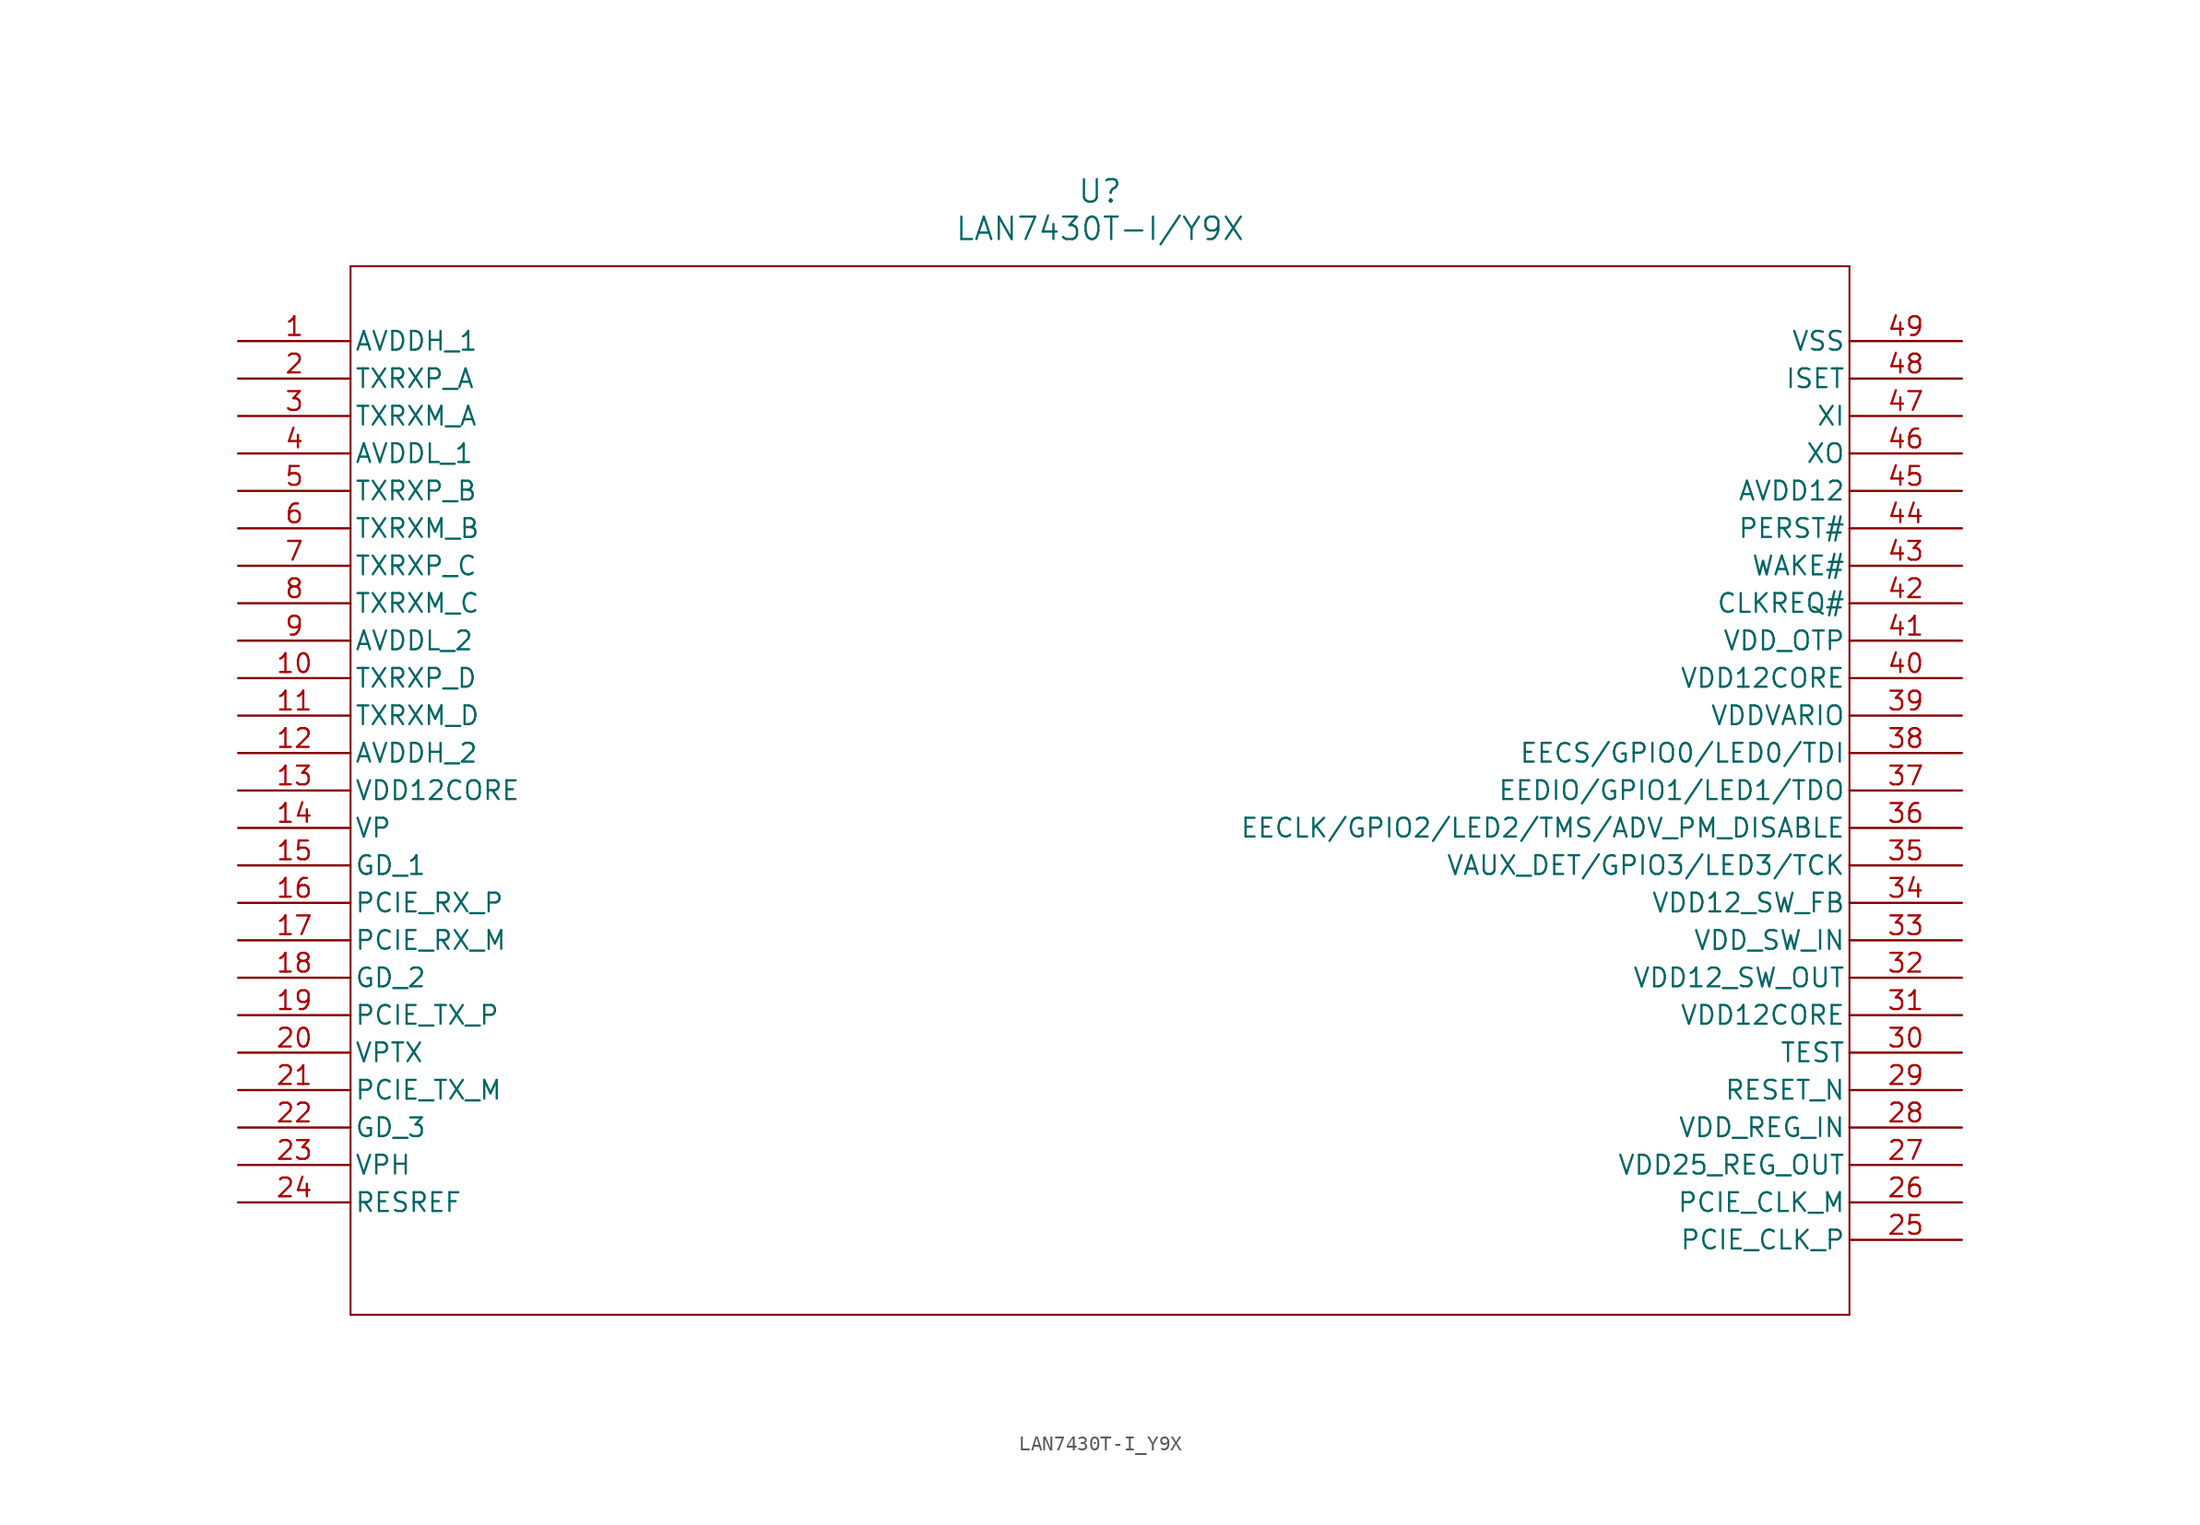
<source format=kicad_sym>
(kicad_symbol_lib
  (version 20211014)
  (generator kicad_symbol_editor)
  (symbol "LAN7430T-I_Y9X"
    (pin_names
      (offset 0.254))
    (property "Reference" "U"
      (at 58.42 10.16 0)
      (effects (font (size 1.524 1.524))))
    (property "Value" "LAN7430T-I/Y9X"
      (at 58.42 7.62 0)
      (effects (font (size 1.524 1.524))))
    (symbol "LAN7430T-I_Y9X_0_1"
      (polyline (pts (xy 7.62 5.08) (xy 7.62 -66.04)) (stroke (width 0.127) (type default) (color 0 0 0 0)) (fill (type none)))
      (polyline (pts (xy 7.62 -66.04) (xy 109.22 -66.04)) (stroke (width 0.127) (type default) (color 0 0 0 0)) (fill (type none)))
      (polyline (pts (xy 109.22 -66.04) (xy 109.22 5.08)) (stroke (width 0.127) (type default) (color 0 0 0 0)) (fill (type none)))
      (polyline (pts (xy 109.22 5.08) (xy 7.62 5.08)) (stroke (width 0.127) (type default) (color 0 0 0 0)) (fill (type none)))
      (pin power_in line (at 0 0 0) (length 7.62) (name "AVDDH_1" (effects (font (size 1.27 1.27)))) (number "1" (effects (font (size 1.27 1.27)))))
      (pin unspecified line (at 0 -2.54 0) (length 7.62) (name "TXRXP_A" (effects (font (size 1.27 1.27)))) (number "2" (effects (font (size 1.27 1.27)))))
      (pin unspecified line (at 0 -5.08 0) (length 7.62) (name "TXRXM_A" (effects (font (size 1.27 1.27)))) (number "3" (effects (font (size 1.27 1.27)))))
      (pin power_in line (at 0 -7.62 0) (length 7.62) (name "AVDDL_1" (effects (font (size 1.27 1.27)))) (number "4" (effects (font (size 1.27 1.27)))))
      (pin unspecified line (at 0 -10.16 0) (length 7.62) (name "TXRXP_B" (effects (font (size 1.27 1.27)))) (number "5" (effects (font (size 1.27 1.27)))))
      (pin unspecified line (at 0 -12.7 0) (length 7.62) (name "TXRXM_B" (effects (font (size 1.27 1.27)))) (number "6" (effects (font (size 1.27 1.27)))))
      (pin unspecified line (at 0 -15.24 0) (length 7.62) (name "TXRXP_C" (effects (font (size 1.27 1.27)))) (number "7" (effects (font (size 1.27 1.27)))))
      (pin unspecified line (at 0 -17.78 0) (length 7.62) (name "TXRXM_C" (effects (font (size 1.27 1.27)))) (number "8" (effects (font (size 1.27 1.27)))))
      (pin power_in line (at 0 -20.32 0) (length 7.62) (name "AVDDL_2" (effects (font (size 1.27 1.27)))) (number "9" (effects (font (size 1.27 1.27)))))
      (pin unspecified line (at 0 -22.86 0) (length 7.62) (name "TXRXP_D" (effects (font (size 1.27 1.27)))) (number "10" (effects (font (size 1.27 1.27)))))
      (pin unspecified line (at 0 -25.4 0) (length 7.62) (name "TXRXM_D" (effects (font (size 1.27 1.27)))) (number "11" (effects (font (size 1.27 1.27)))))
      (pin power_in line (at 0 -27.94 0) (length 7.62) (name "AVDDH_2" (effects (font (size 1.27 1.27)))) (number "12" (effects (font (size 1.27 1.27)))))
      (pin power_in line (at 0 -30.48 0) (length 7.62) (name "VDD12CORE" (effects (font (size 1.27 1.27)))) (number "13" (effects (font (size 1.27 1.27)))))
      (pin power_in line (at 0 -33.02 0) (length 7.62) (name "VP" (effects (font (size 1.27 1.27)))) (number "14" (effects (font (size 1.27 1.27)))))
      (pin bidirectional line (at 0 -35.56 0) (length 7.62) (name "GD_1" (effects (font (size 1.27 1.27)))) (number "15" (effects (font (size 1.27 1.27)))))
      (pin unspecified line (at 0 -38.1 0) (length 7.62) (name "PCIE_RX_P" (effects (font (size 1.27 1.27)))) (number "16" (effects (font (size 1.27 1.27)))))
      (pin unspecified line (at 0 -40.64 0) (length 7.62) (name "PCIE_RX_M" (effects (font (size 1.27 1.27)))) (number "17" (effects (font (size 1.27 1.27)))))
      (pin bidirectional line (at 0 -43.18 0) (length 7.62) (name "GD_2" (effects (font (size 1.27 1.27)))) (number "18" (effects (font (size 1.27 1.27)))))
      (pin unspecified line (at 0 -45.72 0) (length 7.62) (name "PCIE_TX_P" (effects (font (size 1.27 1.27)))) (number "19" (effects (font (size 1.27 1.27)))))
      (pin power_in line (at 0 -48.26 0) (length 7.62) (name "VPTX" (effects (font (size 1.27 1.27)))) (number "20" (effects (font (size 1.27 1.27)))))
      (pin unspecified line (at 0 -50.8 0) (length 7.62) (name "PCIE_TX_M" (effects (font (size 1.27 1.27)))) (number "21" (effects (font (size 1.27 1.27)))))
      (pin bidirectional line (at 0 -53.34 0) (length 7.62) (name "GD_3" (effects (font (size 1.27 1.27)))) (number "22" (effects (font (size 1.27 1.27)))))
      (pin power_in line (at 0 -55.88 0) (length 7.62) (name "VPH" (effects (font (size 1.27 1.27)))) (number "23" (effects (font (size 1.27 1.27)))))
      (pin unspecified line (at 0 -58.42 0) (length 7.62) (name "RESREF" (effects (font (size 1.27 1.27)))) (number "24" (effects (font (size 1.27 1.27)))))
      (pin unspecified line (at 116.84 -60.96 180) (length 7.62) (name "PCIE_CLK_P" (effects (font (size 1.27 1.27)))) (number "25" (effects (font (size 1.27 1.27)))))
      (pin unspecified line (at 116.84 -58.42 180) (length 7.62) (name "PCIE_CLK_M" (effects (font (size 1.27 1.27)))) (number "26" (effects (font (size 1.27 1.27)))))
      (pin output line (at 116.84 -55.88 180) (length 7.62) (name "VDD25_REG_OUT" (effects (font (size 1.27 1.27)))) (number "27" (effects (font (size 1.27 1.27)))))
      (pin power_in line (at 116.84 -53.34 180) (length 7.62) (name "VDD_REG_IN" (effects (font (size 1.27 1.27)))) (number "28" (effects (font (size 1.27 1.27)))))
      (pin input line (at 116.84 -50.8 180) (length 7.62) (name "RESET_N" (effects (font (size 1.27 1.27)))) (number "29" (effects (font (size 1.27 1.27)))))
      (pin input line (at 116.84 -48.26 180) (length 7.62) (name "TEST" (effects (font (size 1.27 1.27)))) (number "30" (effects (font (size 1.27 1.27)))))
      (pin power_in line (at 116.84 -45.72 180) (length 7.62) (name "VDD12CORE" (effects (font (size 1.27 1.27)))) (number "31" (effects (font (size 1.27 1.27)))))
      (pin output line (at 116.84 -43.18 180) (length 7.62) (name "VDD12_SW_OUT" (effects (font (size 1.27 1.27)))) (number "32" (effects (font (size 1.27 1.27)))))
      (pin power_in line (at 116.84 -40.64 180) (length 7.62) (name "VDD_SW_IN" (effects (font (size 1.27 1.27)))) (number "33" (effects (font (size 1.27 1.27)))))
      (pin power_in line (at 116.84 -38.1 180) (length 7.62) (name "VDD12_SW_FB" (effects (font (size 1.27 1.27)))) (number "34" (effects (font (size 1.27 1.27)))))
      (pin bidirectional line (at 116.84 -35.56 180) (length 7.62) (name "VAUX_DET/GPIO3/LED3/TCK" (effects (font (size 1.27 1.27)))) (number "35" (effects (font (size 1.27 1.27)))))
      (pin bidirectional line (at 116.84 -33.02 180) (length 7.62) (name "EECLK/GPIO2/LED2/TMS/ADV_PM_DISABLE" (effects (font (size 1.27 1.27)))) (number "36" (effects (font (size 1.27 1.27)))))
      (pin bidirectional line (at 116.84 -30.48 180) (length 7.62) (name "EEDIO/GPIO1/LED1/TDO" (effects (font (size 1.27 1.27)))) (number "37" (effects (font (size 1.27 1.27)))))
      (pin bidirectional line (at 116.84 -27.94 180) (length 7.62) (name "EECS/GPIO0/LED0/TDI" (effects (font (size 1.27 1.27)))) (number "38" (effects (font (size 1.27 1.27)))))
      (pin power_in line (at 116.84 -25.4 180) (length 7.62) (name "VDDVARIO" (effects (font (size 1.27 1.27)))) (number "39" (effects (font (size 1.27 1.27)))))
      (pin power_in line (at 116.84 -22.86 180) (length 7.62) (name "VDD12CORE" (effects (font (size 1.27 1.27)))) (number "40" (effects (font (size 1.27 1.27)))))
      (pin power_in line (at 116.84 -20.32 180) (length 7.62) (name "VDD_OTP" (effects (font (size 1.27 1.27)))) (number "41" (effects (font (size 1.27 1.27)))))
      (pin bidirectional line (at 116.84 -17.78 180) (length 7.62) (name "CLKREQ#" (effects (font (size 1.27 1.27)))) (number "42" (effects (font (size 1.27 1.27)))))
      (pin bidirectional line (at 116.84 -15.24 180) (length 7.62) (name "WAKE#" (effects (font (size 1.27 1.27)))) (number "43" (effects (font (size 1.27 1.27)))))
      (pin input line (at 116.84 -12.7 180) (length 7.62) (name "PERST#" (effects (font (size 1.27 1.27)))) (number "44" (effects (font (size 1.27 1.27)))))
      (pin power_in line (at 116.84 -10.16 180) (length 7.62) (name "AVDD12" (effects (font (size 1.27 1.27)))) (number "45" (effects (font (size 1.27 1.27)))))
      (pin output line (at 116.84 -7.62 180) (length 7.62) (name "XO" (effects (font (size 1.27 1.27)))) (number "46" (effects (font (size 1.27 1.27)))))
      (pin input line (at 116.84 -5.08 180) (length 7.62) (name "XI" (effects (font (size 1.27 1.27)))) (number "47" (effects (font (size 1.27 1.27)))))
      (pin unspecified line (at 116.84 -2.54 180) (length 7.62) (name "ISET" (effects (font (size 1.27 1.27)))) (number "48" (effects (font (size 1.27 1.27)))))
      (pin power_out line (at 116.84 0 180) (length 7.62) (name "VSS" (effects (font (size 1.27 1.27)))) (number "49" (effects (font (size 1.27 1.27))))))))
</source>
